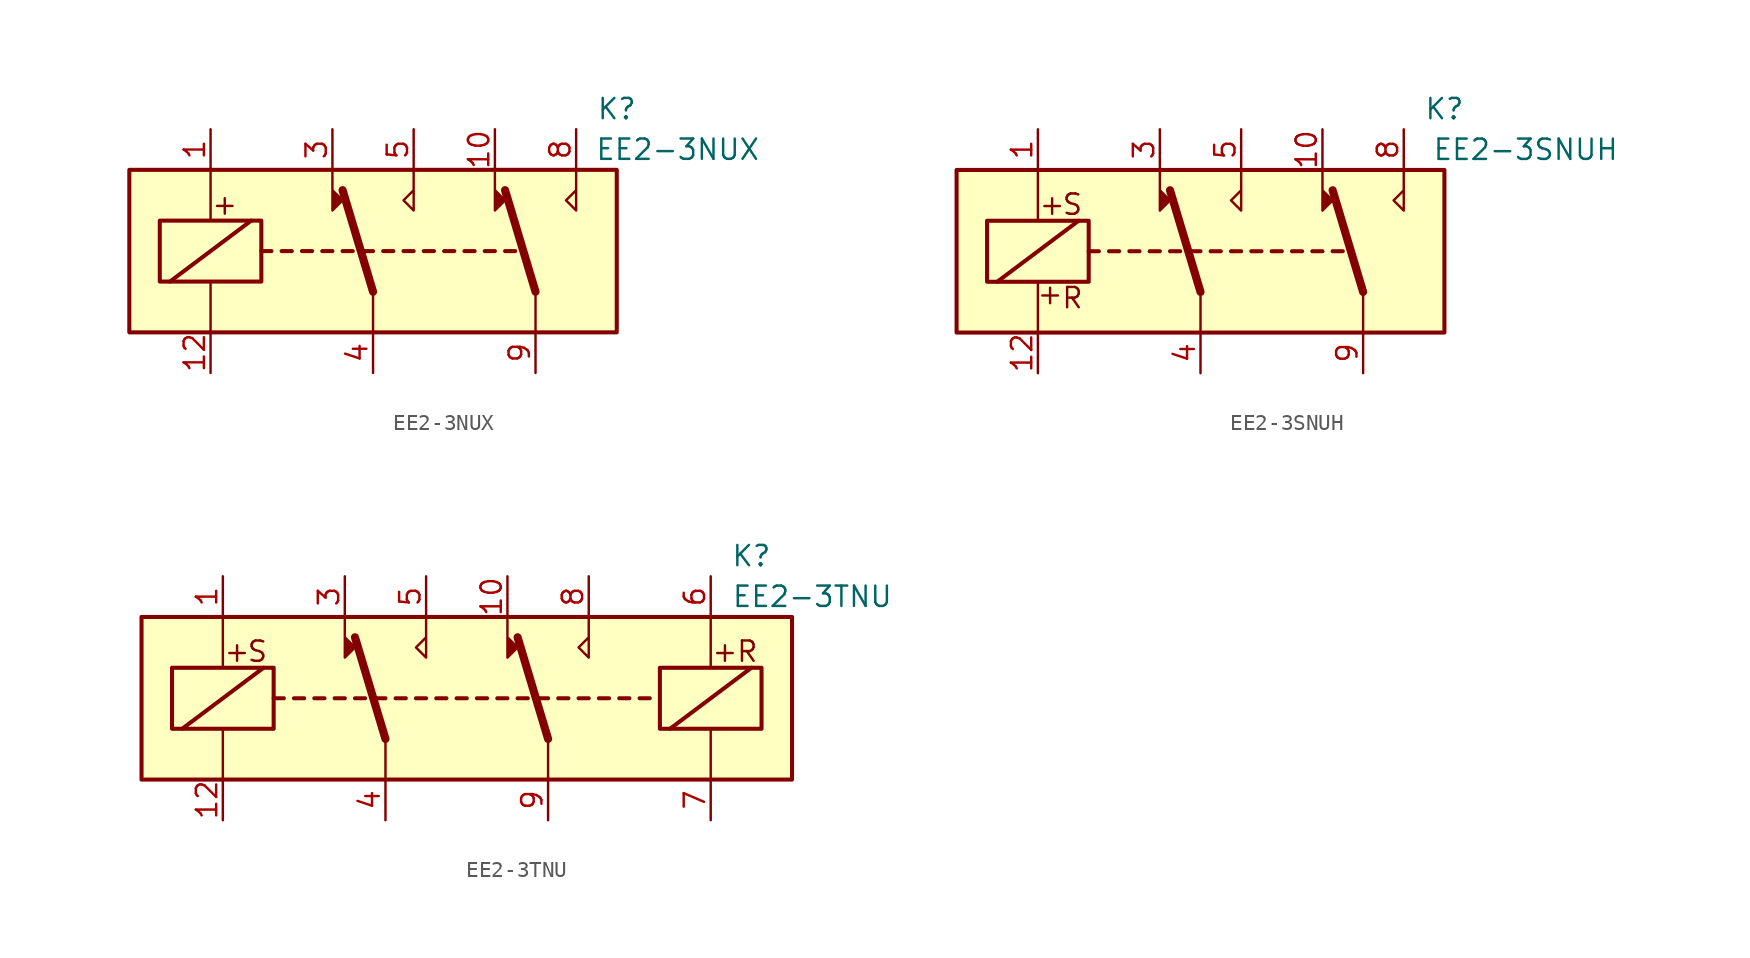
<source format=kicad_sym>
(kicad_symbol_lib
  (version 20211014)
  (generator kicad_symbol_editor)
  (symbol "EE2-3NUX"
    (property "Reference" "K"
      (at 15.24 8.89 0)
      (effects (font (size 1.27 1.27))))
    (property "Value" "EE2-3NUX"
      (at 19.05 6.35 0)
      (effects (font (size 1.27 1.27))))
    (symbol "EE2-3NUX_1_1"
      (rectangle (start -15.24 5.08) (end 15.24 -5.08) (stroke (width 0.254) (type default) (color 0 0 0 0)) (fill (type background)))
      (rectangle (start -13.335 1.905) (end -6.985 -1.905) (stroke (width 0.254) (type default) (color 0 0 0 0)) (fill (type none)))
      (polyline (pts (xy -12.7 -1.905) (xy -7.62 1.905)) (stroke (width 0.254) (type default) (color 0 0 0 0)) (fill (type none)))
      (polyline (pts (xy -10.16 -5.08) (xy -10.16 -1.905)) (stroke (width 0) (type default) (color 0 0 0 0)) (fill (type none)))
      (polyline (pts (xy -10.16 5.08) (xy -10.16 1.905)) (stroke (width 0) (type default) (color 0 0 0 0)) (fill (type none)))
      (polyline (pts (xy -6.985 0) (xy -6.35 0)) (stroke (width 0.254) (type default) (color 0 0 0 0)) (fill (type none)))
      (polyline (pts (xy -5.715 0) (xy -5.08 0)) (stroke (width 0.254) (type default) (color 0 0 0 0)) (fill (type none)))
      (polyline (pts (xy -4.445 0) (xy -3.81 0)) (stroke (width 0.254) (type default) (color 0 0 0 0)) (fill (type none)))
      (polyline (pts (xy -3.175 0) (xy -2.54 0)) (stroke (width 0.254) (type default) (color 0 0 0 0)) (fill (type none)))
      (polyline (pts (xy -1.905 0) (xy -1.27 0)) (stroke (width 0.254) (type default) (color 0 0 0 0)) (fill (type none)))
      (polyline (pts (xy -0.635 0) (xy 0 0)) (stroke (width 0.254) (type default) (color 0 0 0 0)) (fill (type none)))
      (polyline (pts (xy 0 -2.54) (xy -1.905 3.81)) (stroke (width 0.508) (type default) (color 0 0 0 0)) (fill (type none)))
      (polyline (pts (xy 0 -2.54) (xy 0 -5.08)) (stroke (width 0) (type default) (color 0 0 0 0)) (fill (type none)))
      (polyline (pts (xy 0.635 0) (xy 1.27 0)) (stroke (width 0.254) (type default) (color 0 0 0 0)) (fill (type none)))
      (polyline (pts (xy 1.905 0) (xy 2.54 0)) (stroke (width 0.254) (type default) (color 0 0 0 0)) (fill (type none)))
      (polyline (pts (xy 3.175 0) (xy 3.81 0)) (stroke (width 0.254) (type default) (color 0 0 0 0)) (fill (type none)))
      (polyline (pts (xy 4.445 0) (xy 5.08 0)) (stroke (width 0.254) (type default) (color 0 0 0 0)) (fill (type none)))
      (polyline (pts (xy 5.715 0) (xy 6.35 0)) (stroke (width 0.254) (type default) (color 0 0 0 0)) (fill (type none)))
      (polyline (pts (xy 6.985 0) (xy 7.62 0)) (stroke (width 0.254) (type default) (color 0 0 0 0)) (fill (type none)))
      (polyline (pts (xy 8.255 0) (xy 8.89 0)) (stroke (width 0.254) (type default) (color 0 0 0 0)) (fill (type none)))
      (polyline (pts (xy 10.16 -2.54) (xy 8.255 3.81)) (stroke (width 0.508) (type default) (color 0 0 0 0)) (fill (type none)))
      (polyline (pts (xy 10.16 -2.54) (xy 10.16 -5.08)) (stroke (width 0) (type default) (color 0 0 0 0)) (fill (type none)))
      (polyline (pts (xy -2.54 5.08) (xy -2.54 2.54) (xy -1.905 3.175) (xy -2.54 3.81)) (stroke (width 0) (type default) (color 0 0 0 0)) (fill (type outline)))
      (polyline (pts (xy 2.54 5.08) (xy 2.54 2.54) (xy 1.905 3.175) (xy 2.54 3.81)) (stroke (width 0) (type default) (color 0 0 0 0)) (fill (type none)))
      (polyline (pts (xy 7.62 5.08) (xy 7.62 2.54) (xy 8.255 3.175) (xy 7.62 3.81)) (stroke (width 0) (type default) (color 0 0 0 0)) (fill (type outline)))
      (polyline (pts (xy 12.7 5.08) (xy 12.7 2.54) (xy 12.065 3.175) (xy 12.7 3.81)) (stroke (width 0) (type default) (color 0 0 0 0)) (fill (type none)))
      (text "+" (at -9.271 2.921 0) (effects (font (size 1.27 1.27))))
      (pin passive line (at -10.16 7.62 270) (length 2.54) (name "~" (effects (font (size 1.27 1.27)))) (number "1" (effects (font (size 1.27 1.27)))))
      (pin passive line (at 7.62 7.62 270) (length 2.54) (name "~" (effects (font (size 1.27 1.27)))) (number "10" (effects (font (size 1.27 1.27)))))
      (pin passive line (at -10.16 -7.62 90) (length 2.54) (name "~" (effects (font (size 1.27 1.27)))) (number "12" (effects (font (size 1.27 1.27)))))
      (pin passive line (at -2.54 7.62 270) (length 2.54) (name "~" (effects (font (size 1.27 1.27)))) (number "3" (effects (font (size 1.27 1.27)))))
      (pin passive line (at 0 -7.62 90) (length 2.54) (name "~" (effects (font (size 1.27 1.27)))) (number "4" (effects (font (size 1.27 1.27)))))
      (pin passive line (at 2.54 7.62 270) (length 2.54) (name "~" (effects (font (size 1.27 1.27)))) (number "5" (effects (font (size 1.27 1.27)))))
      (pin passive line (at 12.7 7.62 270) (length 2.54) (name "~" (effects (font (size 1.27 1.27)))) (number "8" (effects (font (size 1.27 1.27)))))
      (pin passive line (at 10.16 -7.62 90) (length 2.54) (name "~" (effects (font (size 1.27 1.27)))) (number "9" (effects (font (size 1.27 1.27)))))))
  (symbol "EE2-3SNUH"
    (property "Reference" "K"
      (at 15.24 8.89 0)
      (effects (font (size 1.27 1.27))))
    (property "Value" "EE2-3SNUH"
      (at 20.32 6.35 0)
      (effects (font (size 1.27 1.27))))
    (symbol "EE2-3SNUH_1_1"
      (rectangle (start -15.24 5.08) (end 15.24 -5.08) (stroke (width 0.254) (type default) (color 0 0 0 0)) (fill (type background)))
      (rectangle (start -13.335 1.905) (end -6.985 -1.905) (stroke (width 0.254) (type default) (color 0 0 0 0)) (fill (type none)))
      (polyline (pts (xy -12.7 -1.905) (xy -7.62 1.905)) (stroke (width 0.254) (type default) (color 0 0 0 0)) (fill (type none)))
      (polyline (pts (xy -10.16 -5.08) (xy -10.16 -1.905)) (stroke (width 0) (type default) (color 0 0 0 0)) (fill (type none)))
      (polyline (pts (xy -10.16 5.08) (xy -10.16 1.905)) (stroke (width 0) (type default) (color 0 0 0 0)) (fill (type none)))
      (polyline (pts (xy -6.985 0) (xy -6.35 0)) (stroke (width 0.254) (type default) (color 0 0 0 0)) (fill (type none)))
      (polyline (pts (xy -5.715 0) (xy -5.08 0)) (stroke (width 0.254) (type default) (color 0 0 0 0)) (fill (type none)))
      (polyline (pts (xy -4.445 0) (xy -3.81 0)) (stroke (width 0.254) (type default) (color 0 0 0 0)) (fill (type none)))
      (polyline (pts (xy -3.175 0) (xy -2.54 0)) (stroke (width 0.254) (type default) (color 0 0 0 0)) (fill (type none)))
      (polyline (pts (xy -1.905 0) (xy -1.27 0)) (stroke (width 0.254) (type default) (color 0 0 0 0)) (fill (type none)))
      (polyline (pts (xy -0.635 0) (xy 0 0)) (stroke (width 0.254) (type default) (color 0 0 0 0)) (fill (type none)))
      (polyline (pts (xy 0 -2.54) (xy -1.905 3.81)) (stroke (width 0.508) (type default) (color 0 0 0 0)) (fill (type none)))
      (polyline (pts (xy 0 -2.54) (xy 0 -5.08)) (stroke (width 0) (type default) (color 0 0 0 0)) (fill (type none)))
      (polyline (pts (xy 0.635 0) (xy 1.27 0)) (stroke (width 0.254) (type default) (color 0 0 0 0)) (fill (type none)))
      (polyline (pts (xy 1.905 0) (xy 2.54 0)) (stroke (width 0.254) (type default) (color 0 0 0 0)) (fill (type none)))
      (polyline (pts (xy 3.175 0) (xy 3.81 0)) (stroke (width 0.254) (type default) (color 0 0 0 0)) (fill (type none)))
      (polyline (pts (xy 4.445 0) (xy 5.08 0)) (stroke (width 0.254) (type default) (color 0 0 0 0)) (fill (type none)))
      (polyline (pts (xy 5.715 0) (xy 6.35 0)) (stroke (width 0.254) (type default) (color 0 0 0 0)) (fill (type none)))
      (polyline (pts (xy 6.985 0) (xy 7.62 0)) (stroke (width 0.254) (type default) (color 0 0 0 0)) (fill (type none)))
      (polyline (pts (xy 8.255 0) (xy 8.89 0)) (stroke (width 0.254) (type default) (color 0 0 0 0)) (fill (type none)))
      (polyline (pts (xy 10.16 -2.54) (xy 8.255 3.81)) (stroke (width 0.508) (type default) (color 0 0 0 0)) (fill (type none)))
      (polyline (pts (xy 10.16 -2.54) (xy 10.16 -5.08)) (stroke (width 0) (type default) (color 0 0 0 0)) (fill (type none)))
      (polyline (pts (xy -2.54 5.08) (xy -2.54 2.54) (xy -1.905 3.175) (xy -2.54 3.81)) (stroke (width 0) (type default) (color 0 0 0 0)) (fill (type outline)))
      (polyline (pts (xy 2.54 5.08) (xy 2.54 2.54) (xy 1.905 3.175) (xy 2.54 3.81)) (stroke (width 0) (type default) (color 0 0 0 0)) (fill (type none)))
      (polyline (pts (xy 7.62 5.08) (xy 7.62 2.54) (xy 8.255 3.175) (xy 7.62 3.81)) (stroke (width 0) (type default) (color 0 0 0 0)) (fill (type outline)))
      (polyline (pts (xy 12.7 5.08) (xy 12.7 2.54) (xy 12.065 3.175) (xy 12.7 3.81)) (stroke (width 0) (type default) (color 0 0 0 0)) (fill (type none)))
      (text "+" (at -9.398 -2.667 0) (effects (font (size 1.27 1.27))))
      (text "+" (at -9.271 2.921 0) (effects (font (size 1.27 1.27))))
      (text "R" (at -8.001 -2.921 0) (effects (font (size 1.27 1.27))))
      (text "S" (at -8.001 2.921 0) (effects (font (size 1.27 1.27))))
      (pin passive line (at -10.16 7.62 270) (length 2.54) (name "~" (effects (font (size 1.27 1.27)))) (number "1" (effects (font (size 1.27 1.27)))))
      (pin passive line (at 7.62 7.62 270) (length 2.54) (name "~" (effects (font (size 1.27 1.27)))) (number "10" (effects (font (size 1.27 1.27)))))
      (pin passive line (at -10.16 -7.62 90) (length 2.54) (name "~" (effects (font (size 1.27 1.27)))) (number "12" (effects (font (size 1.27 1.27)))))
      (pin passive line (at -2.54 7.62 270) (length 2.54) (name "~" (effects (font (size 1.27 1.27)))) (number "3" (effects (font (size 1.27 1.27)))))
      (pin passive line (at 0 -7.62 90) (length 2.54) (name "~" (effects (font (size 1.27 1.27)))) (number "4" (effects (font (size 1.27 1.27)))))
      (pin passive line (at 2.54 7.62 270) (length 2.54) (name "~" (effects (font (size 1.27 1.27)))) (number "5" (effects (font (size 1.27 1.27)))))
      (pin passive line (at 12.7 7.62 270) (length 2.54) (name "~" (effects (font (size 1.27 1.27)))) (number "8" (effects (font (size 1.27 1.27)))))
      (pin passive line (at 10.16 -7.62 90) (length 2.54) (name "~" (effects (font (size 1.27 1.27)))) (number "9" (effects (font (size 1.27 1.27)))))))
  (symbol "EE2-3TNU"
    (property "Reference" "K"
      (at 17.78 8.89 0)
      (effects (font (size 1.27 1.27))))
    (property "Value" "EE2-3TNU"
      (at 21.59 6.35 0)
      (effects (font (size 1.27 1.27))))
    (symbol "EE2-3TNU_1_1"
      (rectangle (start -20.32 5.08) (end 20.32 -5.08) (stroke (width 0.254) (type default) (color 0 0 0 0)) (fill (type background)))
      (rectangle (start -18.415 1.905) (end -12.065 -1.905) (stroke (width 0.254) (type default) (color 0 0 0 0)) (fill (type none)))
      (polyline (pts (xy -17.78 -1.905) (xy -12.7 1.905)) (stroke (width 0.254) (type default) (color 0 0 0 0)) (fill (type none)))
      (polyline (pts (xy -15.24 -5.08) (xy -15.24 -1.905)) (stroke (width 0) (type default) (color 0 0 0 0)) (fill (type none)))
      (polyline (pts (xy -15.24 5.08) (xy -15.24 1.905)) (stroke (width 0) (type default) (color 0 0 0 0)) (fill (type none)))
      (polyline (pts (xy -12.065 0) (xy -11.43 0)) (stroke (width 0.254) (type default) (color 0 0 0 0)) (fill (type none)))
      (polyline (pts (xy -10.795 0) (xy -10.16 0)) (stroke (width 0.254) (type default) (color 0 0 0 0)) (fill (type none)))
      (polyline (pts (xy -9.525 0) (xy -8.89 0)) (stroke (width 0.254) (type default) (color 0 0 0 0)) (fill (type none)))
      (polyline (pts (xy -8.255 0) (xy -7.62 0)) (stroke (width 0.254) (type default) (color 0 0 0 0)) (fill (type none)))
      (polyline (pts (xy -6.985 0) (xy -6.35 0)) (stroke (width 0.254) (type default) (color 0 0 0 0)) (fill (type none)))
      (polyline (pts (xy -5.715 0) (xy -5.08 0)) (stroke (width 0.254) (type default) (color 0 0 0 0)) (fill (type none)))
      (polyline (pts (xy -5.08 -2.54) (xy -6.985 3.81)) (stroke (width 0.508) (type default) (color 0 0 0 0)) (fill (type none)))
      (polyline (pts (xy -5.08 -2.54) (xy -5.08 -5.08)) (stroke (width 0) (type default) (color 0 0 0 0)) (fill (type none)))
      (polyline (pts (xy -4.445 0) (xy -3.81 0)) (stroke (width 0.254) (type default) (color 0 0 0 0)) (fill (type none)))
      (polyline (pts (xy -3.175 0) (xy -2.54 0)) (stroke (width 0.254) (type default) (color 0 0 0 0)) (fill (type none)))
      (polyline (pts (xy -1.905 0) (xy -1.27 0)) (stroke (width 0.254) (type default) (color 0 0 0 0)) (fill (type none)))
      (polyline (pts (xy -0.635 0) (xy 0 0)) (stroke (width 0.254) (type default) (color 0 0 0 0)) (fill (type none)))
      (polyline (pts (xy 0.635 0) (xy 1.27 0)) (stroke (width 0.254) (type default) (color 0 0 0 0)) (fill (type none)))
      (polyline (pts (xy 1.905 0) (xy 2.54 0)) (stroke (width 0.254) (type default) (color 0 0 0 0)) (fill (type none)))
      (polyline (pts (xy 3.175 0) (xy 3.81 0)) (stroke (width 0.254) (type default) (color 0 0 0 0)) (fill (type none)))
      (polyline (pts (xy 4.445 0) (xy 5.08 0)) (stroke (width 0.254) (type default) (color 0 0 0 0)) (fill (type none)))
      (polyline (pts (xy 5.08 -2.54) (xy 3.175 3.81)) (stroke (width 0.508) (type default) (color 0 0 0 0)) (fill (type none)))
      (polyline (pts (xy 5.08 -2.54) (xy 5.08 -5.08)) (stroke (width 0) (type default) (color 0 0 0 0)) (fill (type none)))
      (polyline (pts (xy 5.715 0) (xy 6.35 0)) (stroke (width 0.254) (type default) (color 0 0 0 0)) (fill (type none)))
      (polyline (pts (xy 6.985 0) (xy 7.62 0)) (stroke (width 0.254) (type default) (color 0 0 0 0)) (fill (type none)))
      (polyline (pts (xy 8.255 0) (xy 8.89 0)) (stroke (width 0.254) (type default) (color 0 0 0 0)) (fill (type none)))
      (polyline (pts (xy 9.525 0) (xy 10.16 0)) (stroke (width 0.254) (type default) (color 0 0 0 0)) (fill (type none)))
      (polyline (pts (xy 10.795 0) (xy 11.43 0)) (stroke (width 0.254) (type default) (color 0 0 0 0)) (fill (type none)))
      (polyline (pts (xy 12.7 -1.905) (xy 17.78 1.905)) (stroke (width 0.254) (type default) (color 0 0 0 0)) (fill (type none)))
      (polyline (pts (xy 15.24 -5.08) (xy 15.24 -1.905)) (stroke (width 0) (type default) (color 0 0 0 0)) (fill (type none)))
      (polyline (pts (xy 15.24 5.08) (xy 15.24 1.905)) (stroke (width 0) (type default) (color 0 0 0 0)) (fill (type none)))
      (polyline (pts (xy -7.62 5.08) (xy -7.62 2.54) (xy -6.985 3.175) (xy -7.62 3.81)) (stroke (width 0) (type default) (color 0 0 0 0)) (fill (type outline)))
      (polyline (pts (xy -2.54 5.08) (xy -2.54 2.54) (xy -3.175 3.175) (xy -2.54 3.81)) (stroke (width 0) (type default) (color 0 0 0 0)) (fill (type none)))
      (polyline (pts (xy 2.54 5.08) (xy 2.54 2.54) (xy 3.175 3.175) (xy 2.54 3.81)) (stroke (width 0) (type default) (color 0 0 0 0)) (fill (type outline)))
      (polyline (pts (xy 7.62 5.08) (xy 7.62 2.54) (xy 6.985 3.175) (xy 7.62 3.81)) (stroke (width 0) (type default) (color 0 0 0 0)) (fill (type none)))
      (rectangle (start 12.065 1.905) (end 18.415 -1.905) (stroke (width 0.254) (type default) (color 0 0 0 0)) (fill (type none)))
      (text "+" (at -14.351 2.921 0) (effects (font (size 1.27 1.27))))
      (text "+" (at 16.129 2.921 0) (effects (font (size 1.27 1.27))))
      (text "R" (at 17.526 2.921 0) (effects (font (size 1.27 1.27))))
      (text "S" (at -13.081 2.921 0) (effects (font (size 1.27 1.27))))
      (pin passive line (at -15.24 7.62 270) (length 2.54) (name "~" (effects (font (size 1.27 1.27)))) (number "1" (effects (font (size 1.27 1.27)))))
      (pin passive line (at 2.54 7.62 270) (length 2.54) (name "~" (effects (font (size 1.27 1.27)))) (number "10" (effects (font (size 1.27 1.27)))))
      (pin passive line (at -15.24 -7.62 90) (length 2.54) (name "~" (effects (font (size 1.27 1.27)))) (number "12" (effects (font (size 1.27 1.27)))))
      (pin passive line (at -7.62 7.62 270) (length 2.54) (name "~" (effects (font (size 1.27 1.27)))) (number "3" (effects (font (size 1.27 1.27)))))
      (pin passive line (at -5.08 -7.62 90) (length 2.54) (name "~" (effects (font (size 1.27 1.27)))) (number "4" (effects (font (size 1.27 1.27)))))
      (pin passive line (at -2.54 7.62 270) (length 2.54) (name "~" (effects (font (size 1.27 1.27)))) (number "5" (effects (font (size 1.27 1.27)))))
      (pin passive line (at 15.24 7.62 270) (length 2.54) (name "~" (effects (font (size 1.27 1.27)))) (number "6" (effects (font (size 1.27 1.27)))))
      (pin passive line (at 15.24 -7.62 90) (length 2.54) (name "~" (effects (font (size 1.27 1.27)))) (number "7" (effects (font (size 1.27 1.27)))))
      (pin passive line (at 7.62 7.62 270) (length 2.54) (name "~" (effects (font (size 1.27 1.27)))) (number "8" (effects (font (size 1.27 1.27)))))
      (pin passive line (at 5.08 -7.62 90) (length 2.54) (name "~" (effects (font (size 1.27 1.27)))) (number "9" (effects (font (size 1.27 1.27))))))))
</source>
